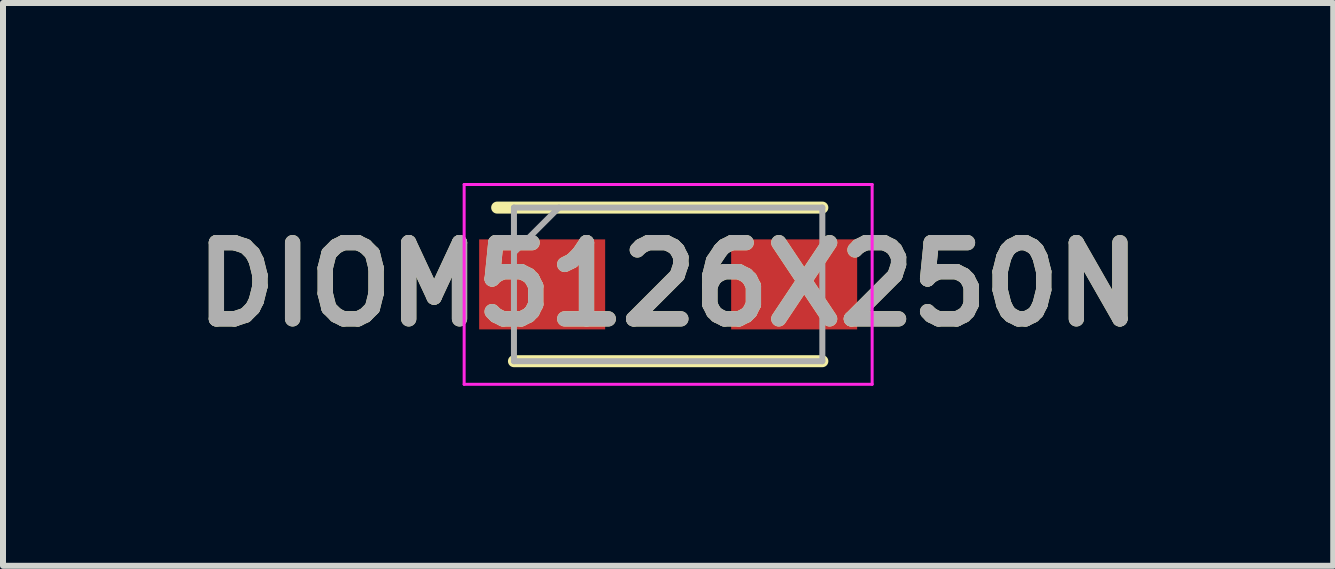
<source format=kicad_pcb>
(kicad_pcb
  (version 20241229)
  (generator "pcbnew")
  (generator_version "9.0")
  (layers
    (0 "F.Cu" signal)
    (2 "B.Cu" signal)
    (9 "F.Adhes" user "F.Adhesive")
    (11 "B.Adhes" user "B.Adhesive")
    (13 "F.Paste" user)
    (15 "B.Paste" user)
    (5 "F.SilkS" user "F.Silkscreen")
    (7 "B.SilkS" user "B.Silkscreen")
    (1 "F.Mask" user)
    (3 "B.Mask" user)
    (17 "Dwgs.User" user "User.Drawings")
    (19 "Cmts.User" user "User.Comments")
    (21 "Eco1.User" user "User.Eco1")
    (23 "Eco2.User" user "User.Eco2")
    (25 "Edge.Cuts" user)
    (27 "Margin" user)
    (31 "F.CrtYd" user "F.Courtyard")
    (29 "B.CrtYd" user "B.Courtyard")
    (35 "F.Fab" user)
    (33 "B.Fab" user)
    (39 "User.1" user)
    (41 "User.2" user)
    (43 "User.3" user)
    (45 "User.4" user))
  (footprint "DIOM5126X250N"
    (layer "F.Cu")
    (at 8.086 1.69)
    (property "Reference" "DIOM5126X250N" (at 0 0 0) (layer "F.SilkS") (effects (font (size 1.27 1.27) (thickness 0.254))))
    (attr smd)
    (fp_line (start -2.57 1.28) (end 2.57 1.28) (stroke (width 0.2) (type solid)) (layer "F.SilkS"))
    (fp_line (start 2.57 -1.28) (end -2.85 -1.28) (stroke (width 0.2) (type solid)) (layer "F.SilkS"))
    (fp_line (start -3.4 -1.665) (end 3.4 -1.665) (stroke (width 0.05) (type solid)) (layer "F.CrtYd"))
    (fp_line (start -3.4 1.665) (end -3.4 -1.665) (stroke (width 0.05) (type solid)) (layer "F.CrtYd"))
    (fp_line (start 3.4 -1.665) (end 3.4 1.665) (stroke (width 0.05) (type solid)) (layer "F.CrtYd"))
    (fp_line (start 3.4 1.665) (end -3.4 1.665) (stroke (width 0.05) (type solid)) (layer "F.CrtYd"))
    (fp_line (start -2.57 -1.28) (end 2.57 -1.28) (stroke (width 0.1) (type solid)) (layer "F.Fab"))
    (fp_line (start -2.57 -0.53) (end -1.82 -1.28) (stroke (width 0.1) (type solid)) (layer "F.Fab"))
    (fp_line (start -2.57 1.28) (end -2.57 -1.28) (stroke (width 0.1) (type solid)) (layer "F.Fab"))
    (fp_line (start 2.57 -1.28) (end 2.57 1.28) (stroke (width 0.1) (type solid)) (layer "F.Fab"))
    (fp_line (start 2.57 1.28) (end -2.57 1.28) (stroke (width 0.1) (type solid)) (layer "F.Fab"))
    (fp_text user "${REFERENCE}" (at 0 0 0) (layer "F.Fab") (effects (font (size 1.27 1.27) (thickness 0.254))))
    (pad "1" smd rect (at -2.1 0 90) (size 1.5 2.1) (layers "F.Cu" "F.Mask" "F.Paste"))
    (pad "2" smd rect (at 2.1 0 90) (size 1.5 2.1) (layers "F.Cu" "F.Mask" "F.Paste")))
  (gr_rect
    (start -3 -3)
    (end 19.171 6.38)
    (stroke (width 0.1) (type default))
    (fill no)
    (layer "Edge.Cuts")))
</source>
